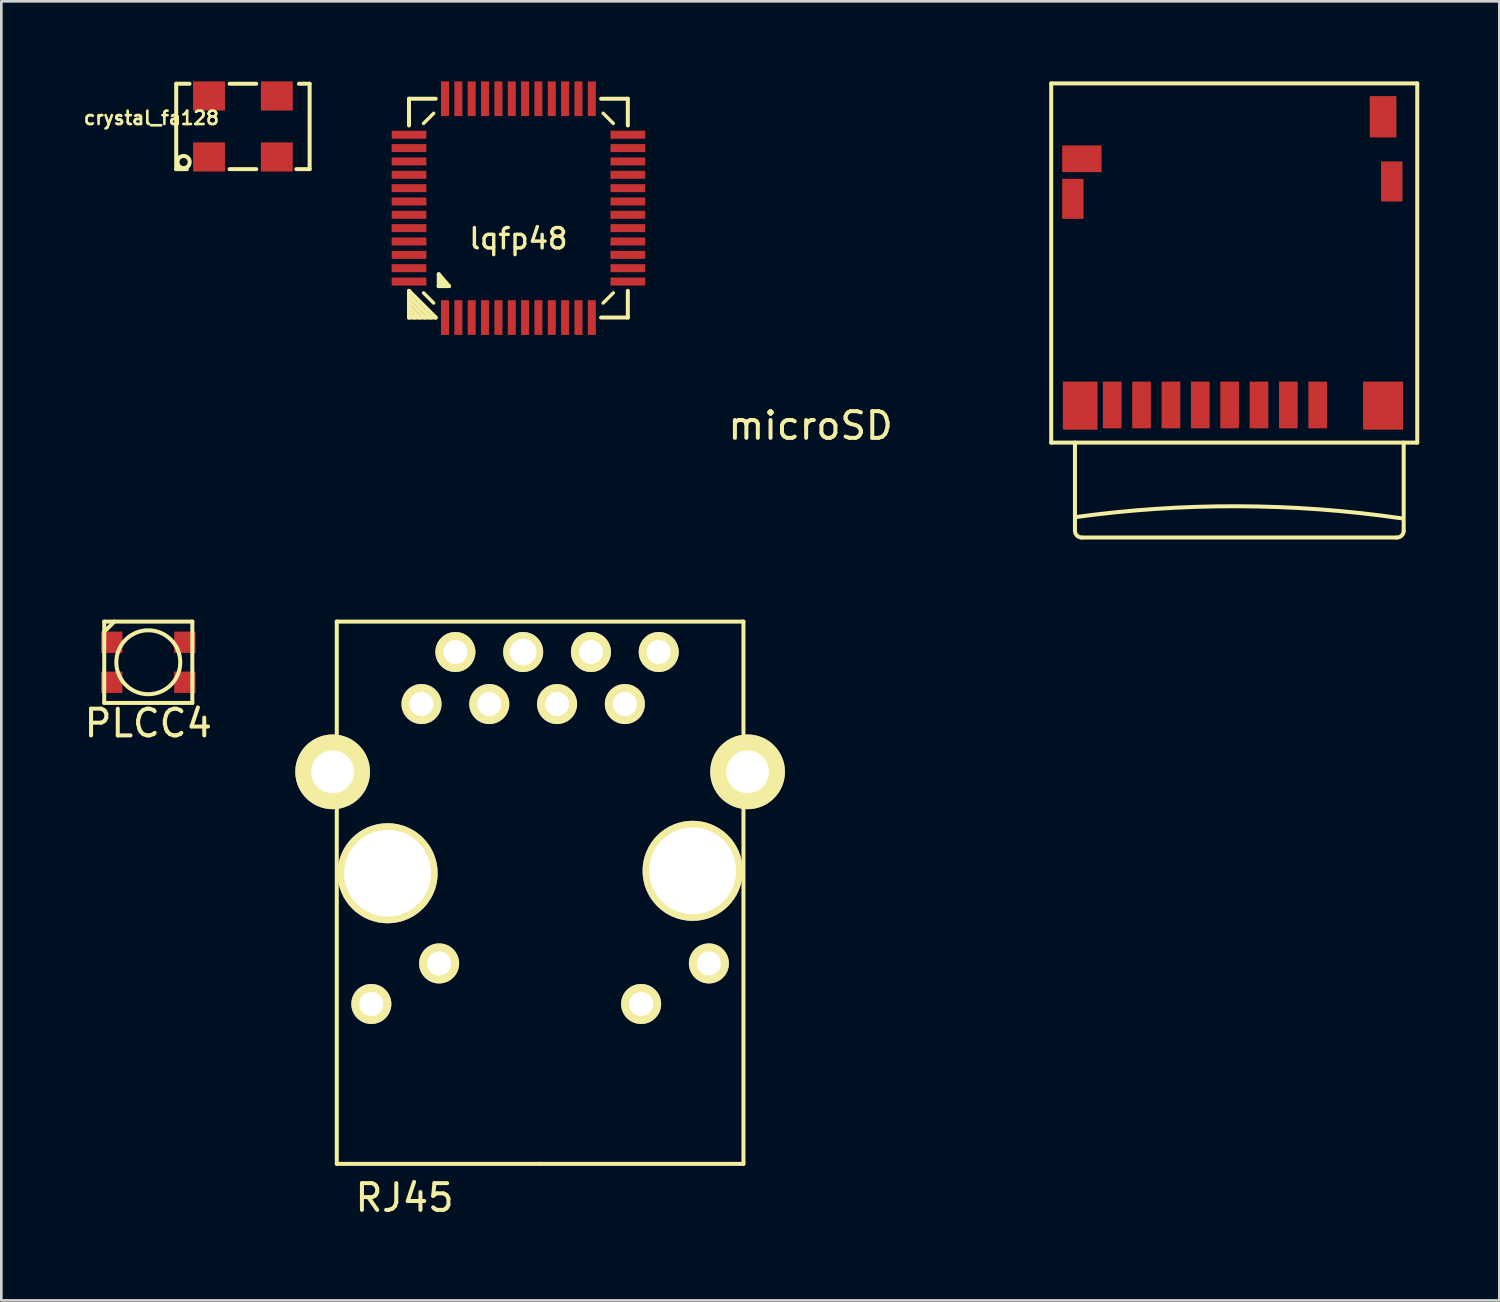
<source format=kicad_pcb>
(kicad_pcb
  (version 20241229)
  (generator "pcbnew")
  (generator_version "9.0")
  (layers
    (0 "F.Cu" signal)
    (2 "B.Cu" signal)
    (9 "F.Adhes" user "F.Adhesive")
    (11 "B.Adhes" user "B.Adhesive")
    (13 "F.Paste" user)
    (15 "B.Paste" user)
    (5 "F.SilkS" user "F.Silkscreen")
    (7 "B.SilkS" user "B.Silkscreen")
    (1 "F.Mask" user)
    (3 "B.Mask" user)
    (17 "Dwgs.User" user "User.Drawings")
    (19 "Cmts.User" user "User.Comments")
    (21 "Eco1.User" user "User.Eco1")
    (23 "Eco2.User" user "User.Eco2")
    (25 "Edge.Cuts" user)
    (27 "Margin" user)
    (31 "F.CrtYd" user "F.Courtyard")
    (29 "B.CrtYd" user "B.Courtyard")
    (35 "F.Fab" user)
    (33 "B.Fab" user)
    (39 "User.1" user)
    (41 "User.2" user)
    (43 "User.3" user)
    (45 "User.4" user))
  (footprint "crystal_fa128"
    (layer "F.Cu")
    (at 6.053 1.689)
    (property "Reference" "crystal_fa128" (at -3.429 -0.318 0) (layer "F.SilkS") (effects (font (size 0.498 0.498) (thickness 0.099))))
    (attr through_hole)
    (fp_line (start -2.5 1.6) (end -2.5 -1.6) (stroke (width 0.15) (type solid)) (layer "F.SilkS"))
    (fp_line (start -2.5 1.6) (end -2.1 1.6) (stroke (width 0.15) (type solid)) (layer "F.SilkS"))
    (fp_line (start -2 -1.6) (end -2.5 -1.6) (stroke (width 0.15) (type solid)) (layer "F.SilkS"))
    (fp_line (start -0.5 1.6) (end 0.5 1.6) (stroke (width 0.15) (type solid)) (layer "F.SilkS"))
    (fp_line (start 0.5 -1.6) (end -0.5 -1.6) (stroke (width 0.15) (type solid)) (layer "F.SilkS"))
    (fp_line (start 2 1.6) (end 2.5 1.6) (stroke (width 0.15) (type solid)) (layer "F.SilkS"))
    (fp_line (start 2.5 -1.6) (end 2.1 -1.6) (stroke (width 0.15) (type solid)) (layer "F.SilkS"))
    (fp_line (start 2.5 -1.6) (end 2.5 1.6) (stroke (width 0.15) (type solid)) (layer "F.SilkS"))
    (fp_circle (center -2.223 1.333) (end -2.349 1.524) (stroke (width 0.15) (type solid)) (fill no) (layer "F.SilkS"))
    (pad "1" smd rect (at -1.27 1.143) (size 1.194 1.092) (layers "F.Cu" "F.Mask" "F.Paste"))
    (pad "2" smd rect (at 1.27 1.143) (size 1.194 1.092) (layers "F.Cu" "F.Mask" "F.Paste"))
    (pad "3" smd rect (at 1.27 -1.143) (size 1.194 1.092) (layers "F.Cu" "F.Mask" "F.Paste"))
    (pad "4" smd rect (at -1.27 -1.143) (size 1.194 1.092) (layers "F.Cu" "F.Mask" "F.Paste")))
  (footprint "RJ45"
    (layer "F.Cu")
    (at 17.19 40.563)
    (property "Reference" "RJ45" (at -5.08 1.27 0) (layer "F.SilkS") (effects (font (size 1.001 1.001) (thickness 0.15))))
    (attr through_hole)
    (fp_line (start -7.62 -20.32) (end -7.62 0) (stroke (width 0.15) (type solid)) (layer "F.SilkS"))
    (fp_line (start -7.62 0) (end 0 0) (stroke (width 0.15) (type solid)) (layer "F.SilkS"))
    (fp_line (start 0 0) (end 7.62 0) (stroke (width 0.15) (type solid)) (layer "F.SilkS"))
    (fp_line (start 7.62 -20.32) (end -7.62 -20.32) (stroke (width 0.15) (type solid)) (layer "F.SilkS"))
    (fp_line (start 7.62 0) (end 7.62 -20.32) (stroke (width 0.15) (type solid)) (layer "F.SilkS"))
    (pad "" thru_hole circle (at -5.715 -10.89) (size 3.75 3.75) (drill 3.25) (layers "*.Cu" "*.Mask" "F.SilkS"))
    (pad "" thru_hole circle (at 5.715 -10.98) (size 3.75 3.75) (drill 3.25) (layers "*.Cu" "*.Mask" "F.SilkS"))
    (pad "L1" thru_hole circle (at 6.325 -7.51) (size 1.5 1.5) (drill 0.9) (layers "*.Cu" "*.Mask" "F.SilkS"))
    (pad "L2" thru_hole circle (at 3.785 -5.99) (size 1.5 1.5) (drill 0.9) (layers "*.Cu" "*.Mask" "F.SilkS"))
    (pad "L3" thru_hole circle (at -3.785 -7.51) (size 1.5 1.5) (drill 0.9) (layers "*.Cu" "*.Mask" "F.SilkS"))
    (pad "L4" thru_hole circle (at -6.325 -5.99) (size 1.5 1.5) (drill 0.9) (layers "*.Cu" "*.Mask" "F.SilkS"))
    (pad "R1" thru_hole circle (at -4.445 -17.23) (size 1.5 1.5) (drill 0.9) (layers "*.Cu" "*.Mask" "F.SilkS"))
    (pad "R2" thru_hole circle (at -3.175 -19.18) (size 1.5 1.5) (drill 0.9) (layers "*.Cu" "*.Mask" "F.SilkS"))
    (pad "R3" thru_hole circle (at -1.905 -17.23) (size 1.5 1.5) (drill 0.9) (layers "*.Cu" "*.Mask" "F.SilkS"))
    (pad "R4" thru_hole circle (at -0.635 -19.18) (size 1.5 1.5) (drill 1.001) (layers "*.Cu" "*.Mask" "F.SilkS"))
    (pad "R5" thru_hole circle (at 0.635 -17.23) (size 1.5 1.5) (drill 0.9) (layers "*.Cu" "*.Mask" "F.SilkS"))
    (pad "R6" thru_hole circle (at 1.905 -19.18) (size 1.5 1.5) (drill 0.9) (layers "*.Cu" "*.Mask" "F.SilkS"))
    (pad "R7" thru_hole circle (at 3.175 -17.23) (size 1.5 1.5) (drill 0.9) (layers "*.Cu" "*.Mask" "F.SilkS"))
    (pad "R8" thru_hole circle (at 4.445 -19.18) (size 1.5 1.5) (drill 0.9) (layers "*.Cu" "*.Mask" "F.SilkS"))
    (pad "SH" thru_hole circle (at -7.775 -14.69) (size 2.8 2.8) (drill 1.6) (layers "*.Cu" "*.Mask" "F.SilkS"))
    (pad "SH" thru_hole circle (at 7.775 -14.69) (size 2.8 2.8) (drill 1.6) (layers "*.Cu" "*.Mask" "F.SilkS")))
  (footprint "lqfp48"
    (layer "F.Cu")
    (at 16.377 4.75)
    (property "Reference" "lqfp48" (at 0 1.143 0) (layer "F.SilkS") (effects (font (size 0.762 0.762) (thickness 0.127))))
    (attr through_hole)
    (fp_line (start -4.1 -4.1) (end -3.099 -4.1) (stroke (width 0.15) (type solid)) (layer "F.SilkS"))
    (fp_line (start -4.1 -3.099) (end -4.1 -4.1) (stroke (width 0.15) (type solid)) (layer "F.SilkS"))
    (fp_line (start -4.1 3.099) (end -3.099 4.1) (stroke (width 0.15) (type solid)) (layer "F.SilkS"))
    (fp_line (start -4.1 3.5) (end -3.5 4.1) (stroke (width 0.15) (type solid)) (layer "F.SilkS"))
    (fp_line (start -4.1 3.899) (end -3.899 4.1) (stroke (width 0.15) (type solid)) (layer "F.SilkS"))
    (fp_line (start -4.1 4.1) (end -4.1 3.099) (stroke (width 0.15) (type solid)) (layer "F.SilkS"))
    (fp_line (start -3.701 4.1) (end -4.1 3.701) (stroke (width 0.15) (type solid)) (layer "F.SilkS"))
    (fp_line (start -3.556 -3.175) (end -3.175 -3.556) (stroke (width 0.127) (type solid)) (layer "F.SilkS"))
    (fp_line (start -3.299 4.1) (end -4.1 3.299) (stroke (width 0.15) (type solid)) (layer "F.SilkS"))
    (fp_line (start -3.175 3.556) (end -3.556 3.175) (stroke (width 0.127) (type solid)) (layer "F.SilkS"))
    (fp_line (start -3.099 4.1) (end -4.1 4.1) (stroke (width 0.15) (type solid)) (layer "F.SilkS"))
    (fp_line (start -2.985 2.477) (end -2.603 2.921) (stroke (width 0.15) (type solid)) (layer "F.SilkS"))
    (fp_line (start -2.985 2.921) (end -2.985 2.477) (stroke (width 0.15) (type solid)) (layer "F.SilkS"))
    (fp_line (start -2.985 2.921) (end -2.731 2.921) (stroke (width 0.15) (type solid)) (layer "F.SilkS"))
    (fp_line (start -2.731 2.921) (end -2.921 2.731) (stroke (width 0.15) (type solid)) (layer "F.SilkS"))
    (fp_line (start -2.603 2.921) (end -2.985 2.921) (stroke (width 0.15) (type solid)) (layer "F.SilkS"))
    (fp_line (start 3.099 -4.1) (end 4.1 -4.1) (stroke (width 0.15) (type solid)) (layer "F.SilkS"))
    (fp_line (start 3.175 -3.556) (end 3.556 -3.175) (stroke (width 0.127) (type solid)) (layer "F.SilkS"))
    (fp_line (start 3.556 3.175) (end 3.175 3.556) (stroke (width 0.127) (type solid)) (layer "F.SilkS"))
    (fp_line (start 4.1 -4.1) (end 4.1 -3.099) (stroke (width 0.15) (type solid)) (layer "F.SilkS"))
    (fp_line (start 4.1 3.099) (end 4.1 4.1) (stroke (width 0.15) (type solid)) (layer "F.SilkS"))
    (fp_line (start 4.1 4.1) (end 3.099 4.1) (stroke (width 0.15) (type solid)) (layer "F.SilkS"))
    (pad "1" smd rect (at -2.751 4.1) (size 0.3 1.3) (layers "F.Cu" "F.Mask" "F.Paste"))
    (pad "2" smd rect (at -2.25 4.1) (size 0.3 1.3) (layers "F.Cu" "F.Mask" "F.Paste"))
    (pad "3" smd rect (at -1.75 4.1) (size 0.3 1.3) (layers "F.Cu" "F.Mask" "F.Paste"))
    (pad "4" smd rect (at -1.25 4.1) (size 0.3 1.3) (layers "F.Cu" "F.Mask" "F.Paste"))
    (pad "5" smd rect (at -0.749 4.1) (size 0.3 1.3) (layers "F.Cu" "F.Mask" "F.Paste"))
    (pad "6" smd rect (at -0.249 4.1) (size 0.3 1.3) (layers "F.Cu" "F.Mask" "F.Paste"))
    (pad "7" smd rect (at 0.249 4.1) (size 0.3 1.3) (layers "F.Cu" "F.Mask" "F.Paste"))
    (pad "8" smd rect (at 0.749 4.1) (size 0.3 1.3) (layers "F.Cu" "F.Mask" "F.Paste"))
    (pad "9" smd rect (at 1.25 4.1) (size 0.3 1.3) (layers "F.Cu" "F.Mask" "F.Paste"))
    (pad "10" smd rect (at 1.75 4.1) (size 0.3 1.3) (layers "F.Cu" "F.Mask" "F.Paste"))
    (pad "11" smd rect (at 2.25 4.1) (size 0.3 1.3) (layers "F.Cu" "F.Mask" "F.Paste"))
    (pad "12" smd rect (at 2.751 4.1) (size 0.3 1.3) (layers "F.Cu" "F.Mask" "F.Paste"))
    (pad "13" smd rect (at 4.1 2.751) (size 1.3 0.3) (layers "F.Cu" "F.Mask" "F.Paste"))
    (pad "14" smd rect (at 4.1 2.25) (size 1.3 0.3) (layers "F.Cu" "F.Mask" "F.Paste"))
    (pad "15" smd rect (at 4.1 1.75) (size 1.3 0.3) (layers "F.Cu" "F.Mask" "F.Paste"))
    (pad "16" smd rect (at 4.1 1.25) (size 1.3 0.3) (layers "F.Cu" "F.Mask" "F.Paste"))
    (pad "17" smd rect (at 4.1 0.749) (size 1.3 0.3) (layers "F.Cu" "F.Mask" "F.Paste"))
    (pad "18" smd rect (at 4.1 0.249) (size 1.3 0.3) (layers "F.Cu" "F.Mask" "F.Paste"))
    (pad "19" smd rect (at 4.1 -0.249) (size 1.3 0.3) (layers "F.Cu" "F.Mask" "F.Paste"))
    (pad "20" smd rect (at 4.1 -0.749) (size 1.3 0.3) (layers "F.Cu" "F.Mask" "F.Paste"))
    (pad "21" smd rect (at 4.1 -1.25) (size 1.3 0.3) (layers "F.Cu" "F.Mask" "F.Paste"))
    (pad "22" smd rect (at 4.1 -1.75) (size 1.3 0.3) (layers "F.Cu" "F.Mask" "F.Paste"))
    (pad "23" smd rect (at 4.1 -2.25) (size 1.3 0.3) (layers "F.Cu" "F.Mask" "F.Paste"))
    (pad "24" smd rect (at 4.1 -2.751) (size 1.3 0.3) (layers "F.Cu" "F.Mask" "F.Paste"))
    (pad "25" smd rect (at 2.751 -4.1) (size 0.3 1.3) (layers "F.Cu" "F.Mask" "F.Paste"))
    (pad "26" smd rect (at 2.25 -4.1) (size 0.3 1.3) (layers "F.Cu" "F.Mask" "F.Paste"))
    (pad "27" smd rect (at 1.75 -4.1) (size 0.3 1.3) (layers "F.Cu" "F.Mask" "F.Paste"))
    (pad "28" smd rect (at 1.25 -4.1) (size 0.3 1.3) (layers "F.Cu" "F.Mask" "F.Paste"))
    (pad "29" smd rect (at 0.749 -4.1) (size 0.3 1.3) (layers "F.Cu" "F.Mask" "F.Paste"))
    (pad "30" smd rect (at 0.249 -4.1) (size 0.3 1.3) (layers "F.Cu" "F.Mask" "F.Paste"))
    (pad "31" smd rect (at -0.249 -4.1) (size 0.3 1.3) (layers "F.Cu" "F.Mask" "F.Paste"))
    (pad "32" smd rect (at -0.749 -4.1) (size 0.3 1.3) (layers "F.Cu" "F.Mask" "F.Paste"))
    (pad "33" smd rect (at -1.25 -4.1) (size 0.3 1.3) (layers "F.Cu" "F.Mask" "F.Paste"))
    (pad "34" smd rect (at -1.75 -4.1) (size 0.3 1.3) (layers "F.Cu" "F.Mask" "F.Paste"))
    (pad "35" smd rect (at -2.25 -4.1) (size 0.3 1.3) (layers "F.Cu" "F.Mask" "F.Paste"))
    (pad "36" smd rect (at -2.751 -4.1) (size 0.3 1.3) (layers "F.Cu" "F.Mask" "F.Paste"))
    (pad "37" smd rect (at -4.1 -2.751) (size 1.3 0.3) (layers "F.Cu" "F.Mask" "F.Paste"))
    (pad "38" smd rect (at -4.1 -2.25) (size 1.3 0.3) (layers "F.Cu" "F.Mask" "F.Paste"))
    (pad "39" smd rect (at -4.1 -1.75) (size 1.3 0.3) (layers "F.Cu" "F.Mask" "F.Paste"))
    (pad "40" smd rect (at -4.1 -1.25) (size 1.3 0.3) (layers "F.Cu" "F.Mask" "F.Paste"))
    (pad "41" smd rect (at -4.1 -0.749) (size 1.3 0.3) (layers "F.Cu" "F.Mask" "F.Paste"))
    (pad "42" smd rect (at -4.1 -0.249) (size 1.3 0.3) (layers "F.Cu" "F.Mask" "F.Paste"))
    (pad "43" smd rect (at -4.1 0.249) (size 1.3 0.3) (layers "F.Cu" "F.Mask" "F.Paste"))
    (pad "44" smd rect (at -4.1 0.749) (size 1.3 0.3) (layers "F.Cu" "F.Mask" "F.Paste"))
    (pad "45" smd rect (at -4.1 1.25) (size 1.3 0.3) (layers "F.Cu" "F.Mask" "F.Paste"))
    (pad "46" smd rect (at -4.1 1.75) (size 1.3 0.3) (layers "F.Cu" "F.Mask" "F.Paste"))
    (pad "47" smd rect (at -4.1 2.25) (size 1.3 0.3) (layers "F.Cu" "F.Mask" "F.Paste"))
    (pad "48" smd rect (at -4.1 2.751) (size 1.3 0.3) (layers "F.Cu" "F.Mask" "F.Paste")))
  (footprint "PLCC4"
    (layer "F.Cu")
    (at 2.507 21.767)
    (property "Reference" "PLCC4" (at 0 2.286 0) (layer "F.SilkS") (effects (font (size 1.001 1.001) (thickness 0.15))))
    (attr through_hole)
    (fp_line (start -1.651 -1.524) (end 1.651 -1.524) (stroke (width 0.15) (type solid)) (layer "F.SilkS"))
    (fp_line (start -1.651 -1.143) (end -1.27 -1.524) (stroke (width 0.15) (type solid)) (layer "F.SilkS"))
    (fp_line (start -1.651 1.524) (end -1.651 -1.524) (stroke (width 0.15) (type solid)) (layer "F.SilkS"))
    (fp_line (start 1.651 -1.524) (end 1.651 1.524) (stroke (width 0.15) (type solid)) (layer "F.SilkS"))
    (fp_line (start 1.651 1.524) (end -1.651 1.524) (stroke (width 0.15) (type solid)) (layer "F.SilkS"))
    (fp_circle (center 0 0) (end -0.635 1.016) (stroke (width 0.15) (type solid)) (fill no) (layer "F.SilkS"))
    (pad "1" smd rect (at -1.37 -0.75) (size 0.8 0.8) (layers "F.Cu" "F.Mask" "F.Paste"))
    (pad "2" smd rect (at -1.37 0.75) (size 0.8 0.8) (layers "F.Cu" "F.Mask" "F.Paste"))
    (pad "3" smd rect (at 1.37 0.75) (size 0.8 0.8) (layers "F.Cu" "F.Mask" "F.Paste"))
    (pad "4" smd rect (at 1.37 -0.75) (size 0.8 0.8) (layers "F.Cu" "F.Mask" "F.Paste")))
  (footprint "microSD"
    (layer "F.Cu")
    (at 38.629 11.251)
    (property "Reference" "microSD" (at -11.303 1.651 0) (layer "F.SilkS") (effects (font (size 1.001 1.001) (thickness 0.15))))
    (attr through_hole)
    (fp_line (start -2.286 -11.176) (end -2.286 2.286) (stroke (width 0.15) (type solid)) (layer "F.SilkS"))
    (fp_line (start -2.286 2.286) (end 11.43 2.286) (stroke (width 0.15) (type solid)) (layer "F.SilkS"))
    (fp_line (start -1.397 2.286) (end -1.397 5.588) (stroke (width 0.15) (type solid)) (layer "F.SilkS"))
    (fp_line (start 10.668 5.842) (end -1.143 5.842) (stroke (width 0.15) (type solid)) (layer "F.SilkS"))
    (fp_line (start 10.922 2.286) (end 10.922 5.588) (stroke (width 0.15) (type solid)) (layer "F.SilkS"))
    (fp_line (start 11.43 -11.176) (end -2.286 -11.176) (stroke (width 0.15) (type solid)) (layer "F.SilkS"))
    (fp_line (start 11.43 2.286) (end 11.43 -11.176) (stroke (width 0.15) (type solid)) (layer "F.SilkS"))
    (fp_arc (start -1.397 5.08) (mid 4.708624 4.669603) (end 10.811556 5.118265) (stroke (width 0.14986) (type solid)) (layer "F.SilkS"))
    (fp_arc (start -1.143 5.842) (mid -1.322605 5.767605) (end -1.397 5.588) (stroke (width 0.14986) (type solid)) (layer "F.SilkS"))
    (fp_arc (start 10.922 5.588) (mid 10.847605 5.767605) (end 10.668 5.842) (stroke (width 0.14986) (type solid)) (layer "F.SilkS"))
    (pad "1" smd rect (at 0 0.875) (size 0.7 1.75) (layers "F.Cu" "F.Mask" "F.Paste"))
    (pad "2" smd rect (at 1.1 0.875) (size 0.7 1.75) (layers "F.Cu" "F.Mask" "F.Paste"))
    (pad "3" smd rect (at 2.2 0.875) (size 0.7 1.75) (layers "F.Cu" "F.Mask" "F.Paste"))
    (pad "4" smd rect (at 3.3 0.875) (size 0.7 1.75) (layers "F.Cu" "F.Mask" "F.Paste"))
    (pad "5" smd rect (at 4.4 0.875) (size 0.7 1.75) (layers "F.Cu" "F.Mask" "F.Paste"))
    (pad "6" smd rect (at 5.5 0.875) (size 0.7 1.75) (layers "F.Cu" "F.Mask" "F.Paste"))
    (pad "7" smd rect (at 6.6 0.875) (size 0.7 1.75) (layers "F.Cu" "F.Mask" "F.Paste"))
    (pad "8" smd rect (at 7.7 0.875) (size 0.7 1.75) (layers "F.Cu" "F.Mask" "F.Paste"))
    (pad "GND" smd rect (at -1.475 -6.85) (size 0.8 1.5) (layers "F.Cu" "F.Mask" "F.Paste"))
    (pad "GND" smd rect (at -1.2 0.9) (size 1.3 1.8) (layers "F.Cu" "F.Mask" "F.Paste"))
    (pad "GND" smd rect (at 10.15 0.9) (size 1.5 1.8) (layers "F.Cu" "F.Mask" "F.Paste"))
    (pad "GND" smd rect (at 10.475 -7.5) (size 0.8 1.5) (layers "F.Cu" "F.Mask" "F.Paste"))
    (pad "S1" smd rect (at -1.137 -8.35) (size 1.475 1) (layers "F.Cu" "F.Mask" "F.Paste"))
    (pad "S2" smd rect (at 10.15 -9.925) (size 1 1.55) (layers "F.Cu" "F.Mask" "F.Paste")))
  (gr_rect
    (start -3 -3)
    (end 53.134 45.681)
    (stroke (width 0.1) (type default))
    (fill no)
    (layer "Edge.Cuts")))
</source>
